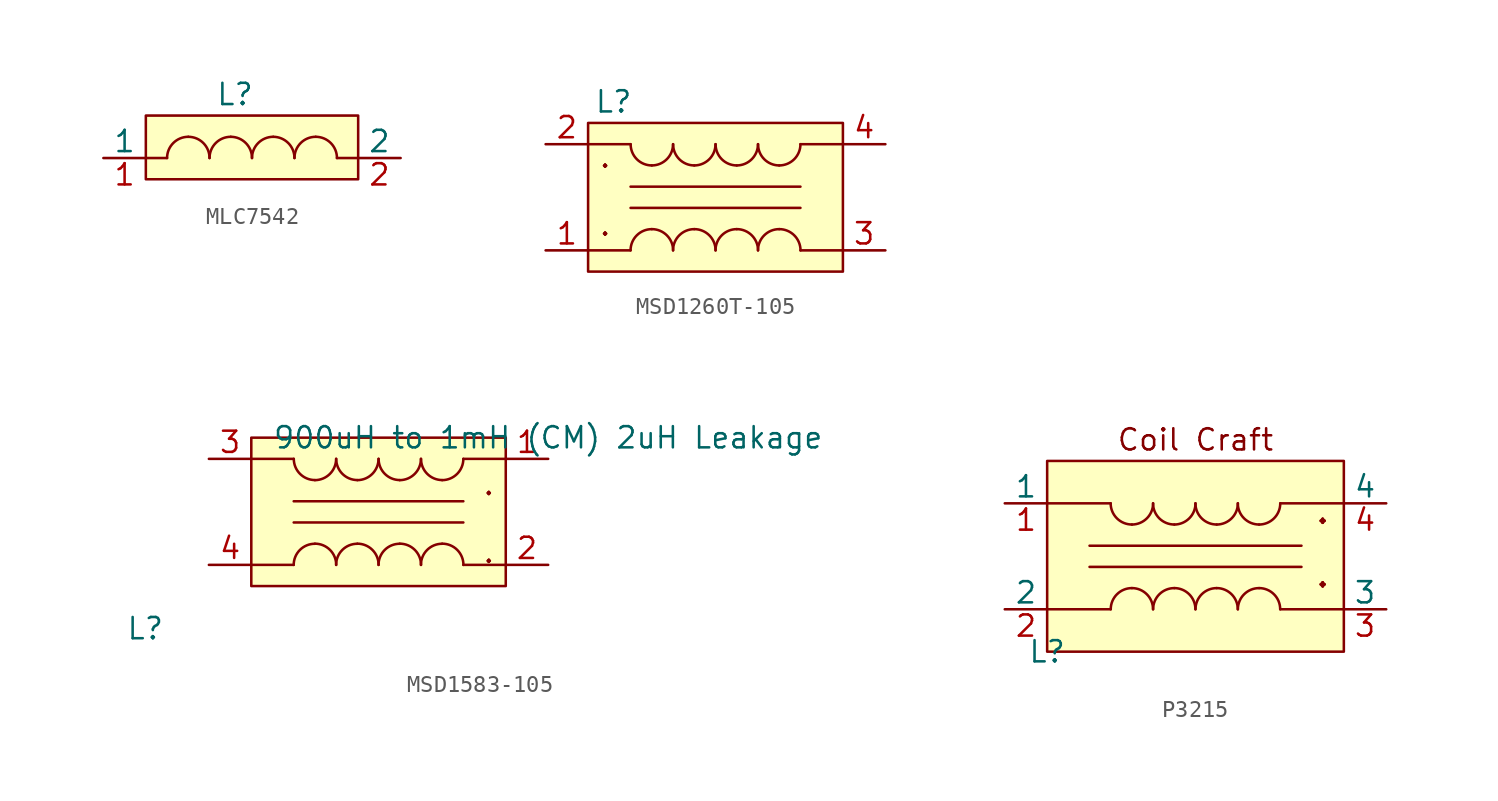
<source format=kicad_sym>
(kicad_symbol_lib
  (version 20231120)
  (generator "kicad_symbol_editor")
  (generator_version "8.0")
  (symbol "MLC7542"
    (pin_names
      (offset 0))
    (property "Reference" "L"
      (at 5.334 3.81 0)
      (effects (font (size 1.27 1.27))))
    (property "Value" ""
      (at 6.35 3.302 0)
      (effects (font (size 1.27 1.27))))
    (symbol "MLC7542_0_1"
      (arc (start 2.54 1.27) (mid 1.642 0.898) (end 1.27 0) (stroke (width 0) (type default)) (fill (type none)))
      (arc (start 3.81 0) (mid 3.438 0.898) (end 2.54 1.27) (stroke (width 0) (type default)) (fill (type none)))
      (arc (start 5.08 1.27) (mid 4.182 0.898) (end 3.81 0) (stroke (width 0) (type default)) (fill (type none)))
      (arc (start 6.35 0) (mid 5.978 0.898) (end 5.08 1.27) (stroke (width 0) (type default)) (fill (type none)))
      (arc (start 7.62 1.27) (mid 6.722 0.898) (end 6.35 0) (stroke (width 0) (type default)) (fill (type none)))
      (arc (start 8.89 0) (mid 8.518 0.898) (end 7.62 1.27) (stroke (width 0) (type default)) (fill (type none)))
      (arc (start 10.16 1.27) (mid 9.262 0.898) (end 8.89 0) (stroke (width 0) (type default)) (fill (type none)))
      (arc (start 11.43 0) (mid 11.058 0.898) (end 10.16 1.27) (stroke (width 0) (type default)) (fill (type none))))
    (symbol "MLC7542_1_1"
      (polyline (pts (xy 1.27 0) (xy 0 0)) (stroke (width 0) (type default)) (fill (type none)))
      (polyline (pts (xy 11.43 0) (xy 12.7 0)) (stroke (width 0) (type default)) (fill (type none)))
      (rectangle (start 0 2.54) (end 12.7 -1.27) (stroke (width 0) (type default)) (fill (type background)))
      (pin bidirectional line (at -2.54 0 0) (length 2.54) (name "1" (effects (font (size 1.27 1.27)))) (number "1" (effects (font (size 1.27 1.27)))))
      (pin bidirectional line (at 15.24 0 180) (length 2.54) (name "2" (effects (font (size 1.27 1.27)))) (number "2" (effects (font (size 1.27 1.27)))))))
  (symbol "MSD1260T-105"
    (pin_names
      (offset 0))
    (property "Reference" "L"
      (at 1.524 10.16 0)
      (effects (font (size 1.27 1.27))))
    (property "Value" ""
      (at 11.43 2.54 0)
      (effects (font (size 1.27 1.27))))
    (symbol "MSD1260T-105_0_1"
      (polyline (pts (xy 2.54 3.81) (xy 12.7 3.81)) (stroke (width 0) (type default)) (fill (type none)))
      (arc (start 2.5401 7.6199) (mid 2.9121 6.7219) (end 3.8101 6.3499) (stroke (width 0) (type default)) (fill (type none)))
      (arc (start 3.81 2.54) (mid 2.912 2.168) (end 2.54 1.27) (stroke (width 0) (type default)) (fill (type none)))
      (arc (start 3.8101 6.3499) (mid 4.7081 6.7219) (end 5.0801 7.6199) (stroke (width 0) (type default)) (fill (type none)))
      (arc (start 5.08 1.27) (mid 4.708 2.168) (end 3.81 2.54) (stroke (width 0) (type default)) (fill (type none)))
      (arc (start 5.0801 7.6199) (mid 5.4521 6.7219) (end 6.3501 6.3499) (stroke (width 0) (type default)) (fill (type none)))
      (arc (start 6.35 2.54) (mid 5.452 2.168) (end 5.08 1.27) (stroke (width 0) (type default)) (fill (type none)))
      (arc (start 6.3501 6.3499) (mid 7.2481 6.7219) (end 7.6201 7.6199) (stroke (width 0) (type default)) (fill (type none)))
      (arc (start 7.62 1.27) (mid 7.248 2.168) (end 6.35 2.54) (stroke (width 0) (type default)) (fill (type none)))
      (arc (start 7.6201 7.6199) (mid 7.9921 6.7219) (end 8.8901 6.3499) (stroke (width 0) (type default)) (fill (type none)))
      (arc (start 8.89 2.54) (mid 7.992 2.168) (end 7.62 1.27) (stroke (width 0) (type default)) (fill (type none)))
      (arc (start 8.8901 6.3499) (mid 9.7881 6.7219) (end 10.1601 7.6199) (stroke (width 0) (type default)) (fill (type none)))
      (arc (start 10.16 1.27) (mid 9.788 2.168) (end 8.89 2.54) (stroke (width 0) (type default)) (fill (type none)))
      (arc (start 10.1601 7.6199) (mid 10.5321 6.7219) (end 11.4301 6.3499) (stroke (width 0) (type default)) (fill (type none)))
      (arc (start 11.43 2.54) (mid 10.532 2.168) (end 10.16 1.27) (stroke (width 0) (type default)) (fill (type none)))
      (arc (start 11.4301 6.3499) (mid 12.3281 6.7219) (end 12.7001 7.6199) (stroke (width 0) (type default)) (fill (type none)))
      (arc (start 12.7 1.27) (mid 12.328 2.168) (end 11.43 2.54) (stroke (width 0) (type default)) (fill (type none))))
    (symbol "MSD1260T-105_1_1"
      (polyline (pts (xy 2.54 1.27) (xy 0 1.27)) (stroke (width 0) (type default)) (fill (type none)))
      (polyline (pts (xy 2.54 5.08) (xy 12.7 5.08)) (stroke (width 0) (type default)) (fill (type none)))
      (polyline (pts (xy 2.54 7.62) (xy 0 7.62)) (stroke (width 0) (type default)) (fill (type none)))
      (polyline (pts (xy 12.7 1.27) (xy 15.24 1.27)) (stroke (width 0) (type default)) (fill (type none)))
      (polyline (pts (xy 12.7 7.62) (xy 15.24 7.62)) (stroke (width 0) (type default)) (fill (type none)))
      (rectangle (start 0 8.89) (end 15.24 0) (stroke (width 0) (type default)) (fill (type background)))
      (text "." (at 1.016 2.794 0) (effects (font (size 1.27 1.27))))
      (text "." (at 1.016 6.858 0) (effects (font (size 1.27 1.27))))
      (pin input line (at -2.54 1.27 0) (length 2.54) (name "" (effects (font (size 1.27 1.27)))) (number "1" (effects (font (size 1.27 1.27)))))
      (pin input line (at -2.54 7.62 0) (length 2.54) (name "" (effects (font (size 1.27 1.27)))) (number "2" (effects (font (size 1.27 1.27)))))
      (pin input line (at 17.78 1.27 180) (length 2.54) (name "" (effects (font (size 1.27 1.27)))) (number "3" (effects (font (size 1.27 1.27)))))
      (pin input line (at 17.78 7.62 180) (length 2.54) (name "" (effects (font (size 1.27 1.27)))) (number "4" (effects (font (size 1.27 1.27)))))))
  (symbol "MSD1583-105"
    (property "Reference" "L"
      (at -3.81 -2.54 0)
      (effects (font (size 1.27 1.27))))
    (property "Value" "900uH to 1mH (CM) 2uH Leakage"
      (at 20.32 8.89 0)
      (effects (font (size 1.27 1.27))))
    (symbol "MSD1583-105_0_1"
      (polyline (pts (xy 15.24 5.08) (xy 5.08 5.08)) (stroke (width 0) (type default)) (fill (type none)))
      (arc (start 5.08 7.62) (mid 5.452 6.722) (end 6.35 6.35) (stroke (width 0) (type default)) (fill (type none)))
      (arc (start 6.3499 2.5401) (mid 5.4519 2.1681) (end 5.0799 1.2701) (stroke (width 0) (type default)) (fill (type none)))
      (arc (start 6.35 6.35) (mid 7.248 6.722) (end 7.62 7.62) (stroke (width 0) (type default)) (fill (type none)))
      (arc (start 7.6199 1.2701) (mid 7.2479 2.168) (end 6.3499 2.5401) (stroke (width 0) (type default)) (fill (type none)))
      (arc (start 7.62 7.62) (mid 7.992 6.722) (end 8.89 6.35) (stroke (width 0) (type default)) (fill (type none)))
      (arc (start 8.8899 2.5401) (mid 7.9919 2.1681) (end 7.6199 1.2701) (stroke (width 0) (type default)) (fill (type none)))
      (arc (start 8.89 6.35) (mid 9.788 6.722) (end 10.16 7.62) (stroke (width 0) (type default)) (fill (type none)))
      (arc (start 10.1599 1.2701) (mid 9.7879 2.168) (end 8.8899 2.5401) (stroke (width 0) (type default)) (fill (type none)))
      (arc (start 10.16 7.62) (mid 10.532 6.722) (end 11.43 6.35) (stroke (width 0) (type default)) (fill (type none)))
      (arc (start 11.4299 2.5401) (mid 10.5319 2.1681) (end 10.1599 1.2701) (stroke (width 0) (type default)) (fill (type none)))
      (arc (start 11.43 6.35) (mid 12.328 6.722) (end 12.7 7.62) (stroke (width 0) (type default)) (fill (type none)))
      (arc (start 12.6999 1.2701) (mid 12.3279 2.168) (end 11.4299 2.5401) (stroke (width 0) (type default)) (fill (type none)))
      (arc (start 12.7 7.62) (mid 13.072 6.722) (end 13.97 6.35) (stroke (width 0) (type default)) (fill (type none)))
      (arc (start 13.9699 2.5401) (mid 13.0719 2.1681) (end 12.6999 1.2701) (stroke (width 0) (type default)) (fill (type none)))
      (arc (start 13.97 6.35) (mid 14.868 6.722) (end 15.24 7.62) (stroke (width 0) (type default)) (fill (type none)))
      (arc (start 15.2399 1.2701) (mid 14.8679 2.168) (end 13.9699 2.5401) (stroke (width 0) (type default)) (fill (type none))))
    (symbol "MSD1583-105_1_1"
      (polyline (pts (xy 5.08 1.27) (xy 2.54 1.27)) (stroke (width 0) (type default)) (fill (type none)))
      (polyline (pts (xy 5.08 7.62) (xy 2.54 7.62)) (stroke (width 0) (type default)) (fill (type none)))
      (polyline (pts (xy 15.24 1.27) (xy 17.78 1.27)) (stroke (width 0) (type default)) (fill (type none)))
      (polyline (pts (xy 15.24 3.81) (xy 5.08 3.81)) (stroke (width 0) (type default)) (fill (type none)))
      (polyline (pts (xy 15.24 7.62) (xy 17.78 7.62)) (stroke (width 0) (type default)) (fill (type none)))
      (rectangle (start 17.78 0) (end 2.54 8.89) (stroke (width 0) (type default)) (fill (type background)))
      (text "." (at 16.764 2.032 0) (effects (font (size 1.27 1.27))))
      (text "." (at 16.764 6.096 0) (effects (font (size 1.27 1.27))))
      (pin input line (at 20.32 7.62 180) (length 2.54) (name "" (effects (font (size 1.27 1.27)))) (number "1" (effects (font (size 1.27 1.27)))))
      (pin input line (at 20.32 1.27 180) (length 2.54) (name "" (effects (font (size 1.27 1.27)))) (number "2" (effects (font (size 1.27 1.27)))))
      (pin input line (at 0 7.62 0) (length 2.54) (name "" (effects (font (size 1.27 1.27)))) (number "3" (effects (font (size 1.27 1.27)))))
      (pin input line (at 0 1.27 0) (length 2.54) (name "" (effects (font (size 1.27 1.27)))) (number "4" (effects (font (size 1.27 1.27)))))))
  (symbol "P3215"
    (pin_names
      (offset 0))
    (property "Reference" "L"
      (at 0 0 0)
      (effects (font (size 1.27 1.27))))
    (property "Value" ""
      (at 0 0 0)
      (effects (font (size 1.27 1.27))))
    (symbol "P3215_0_1"
      (polyline (pts (xy 0 8.89) (xy 3.81 8.89)) (stroke (width 0) (type default)) (fill (type none)))
      (polyline (pts (xy 2.54 5.08) (xy 15.24 5.08)) (stroke (width 0) (type default)) (fill (type none)))
      (polyline (pts (xy 2.54 6.35) (xy 15.24 6.35)) (stroke (width 0) (type default)) (fill (type none)))
      (polyline (pts (xy 3.81 2.54) (xy 0 2.54)) (stroke (width 0) (type default)) (fill (type none)))
      (polyline (pts (xy 13.97 8.89) (xy 17.78 8.89)) (stroke (width 0) (type default)) (fill (type none)))
      (polyline (pts (xy 17.78 2.54) (xy 13.97 2.54)) (stroke (width 0) (type default)) (fill (type none)))
      (arc (start 3.81 8.89) (mid 4.182 7.992) (end 5.08 7.62) (stroke (width 0) (type default)) (fill (type none)))
      (arc (start 5.08 3.81) (mid 4.182 3.438) (end 3.81 2.54) (stroke (width 0) (type default)) (fill (type none)))
      (arc (start 5.08 7.62) (mid 5.978 7.992) (end 6.35 8.89) (stroke (width 0) (type default)) (fill (type none)))
      (arc (start 6.35 2.54) (mid 5.978 3.438) (end 5.08 3.81) (stroke (width 0) (type default)) (fill (type none)))
      (arc (start 6.35 8.89) (mid 6.722 7.992) (end 7.62 7.62) (stroke (width 0) (type default)) (fill (type none)))
      (arc (start 7.62 3.81) (mid 6.722 3.438) (end 6.35 2.54) (stroke (width 0) (type default)) (fill (type none)))
      (arc (start 7.62 7.62) (mid 8.518 7.992) (end 8.89 8.89) (stroke (width 0) (type default)) (fill (type none)))
      (arc (start 8.89 2.54) (mid 8.518 3.438) (end 7.62 3.81) (stroke (width 0) (type default)) (fill (type none)))
      (arc (start 8.89 8.89) (mid 9.262 7.992) (end 10.16 7.62) (stroke (width 0) (type default)) (fill (type none)))
      (arc (start 10.16 3.81) (mid 9.262 3.438) (end 8.89 2.54) (stroke (width 0) (type default)) (fill (type none)))
      (arc (start 10.16 7.62) (mid 11.058 7.992) (end 11.43 8.89) (stroke (width 0) (type default)) (fill (type none)))
      (arc (start 11.43 2.54) (mid 11.058 3.438) (end 10.16 3.81) (stroke (width 0) (type default)) (fill (type none)))
      (arc (start 11.43 8.89) (mid 11.802 7.992) (end 12.7 7.62) (stroke (width 0) (type default)) (fill (type none)))
      (arc (start 12.7 3.81) (mid 11.802 3.438) (end 11.43 2.54) (stroke (width 0) (type default)) (fill (type none)))
      (arc (start 12.7 7.62) (mid 13.598 7.992) (end 13.97 8.89) (stroke (width 0) (type default)) (fill (type none)))
      (arc (start 13.97 2.54) (mid 13.598 3.438) (end 12.7 3.81) (stroke (width 0) (type default)) (fill (type none))))
    (symbol "P3215_1_1"
      (rectangle (start 0 11.43) (end 17.78 0) (stroke (width 0) (type default)) (fill (type background)))
      (text "." (at 16.51 5.08 0) (effects (font (size 2.54 2.54))))
      (text "." (at 16.51 8.89 0) (effects (font (size 2.54 2.54))))
      (text "Coil Craft" (at 8.89 12.7 0) (effects (font (size 1.27 1.27))))
      (pin input line (at -2.54 8.89 0) (length 2.54) (name "1" (effects (font (size 1.27 1.27)))) (number "1" (effects (font (size 1.27 1.27)))))
      (pin input line (at -2.54 2.54 0) (length 2.54) (name "2" (effects (font (size 1.27 1.27)))) (number "2" (effects (font (size 1.27 1.27)))))
      (pin input line (at 20.32 2.54 180) (length 2.54) (name "3" (effects (font (size 1.27 1.27)))) (number "3" (effects (font (size 1.27 1.27)))))
      (pin input line (at 20.32 8.89 180) (length 2.54) (name "4" (effects (font (size 1.27 1.27)))) (number "4" (effects (font (size 1.27 1.27))))))))
</source>
